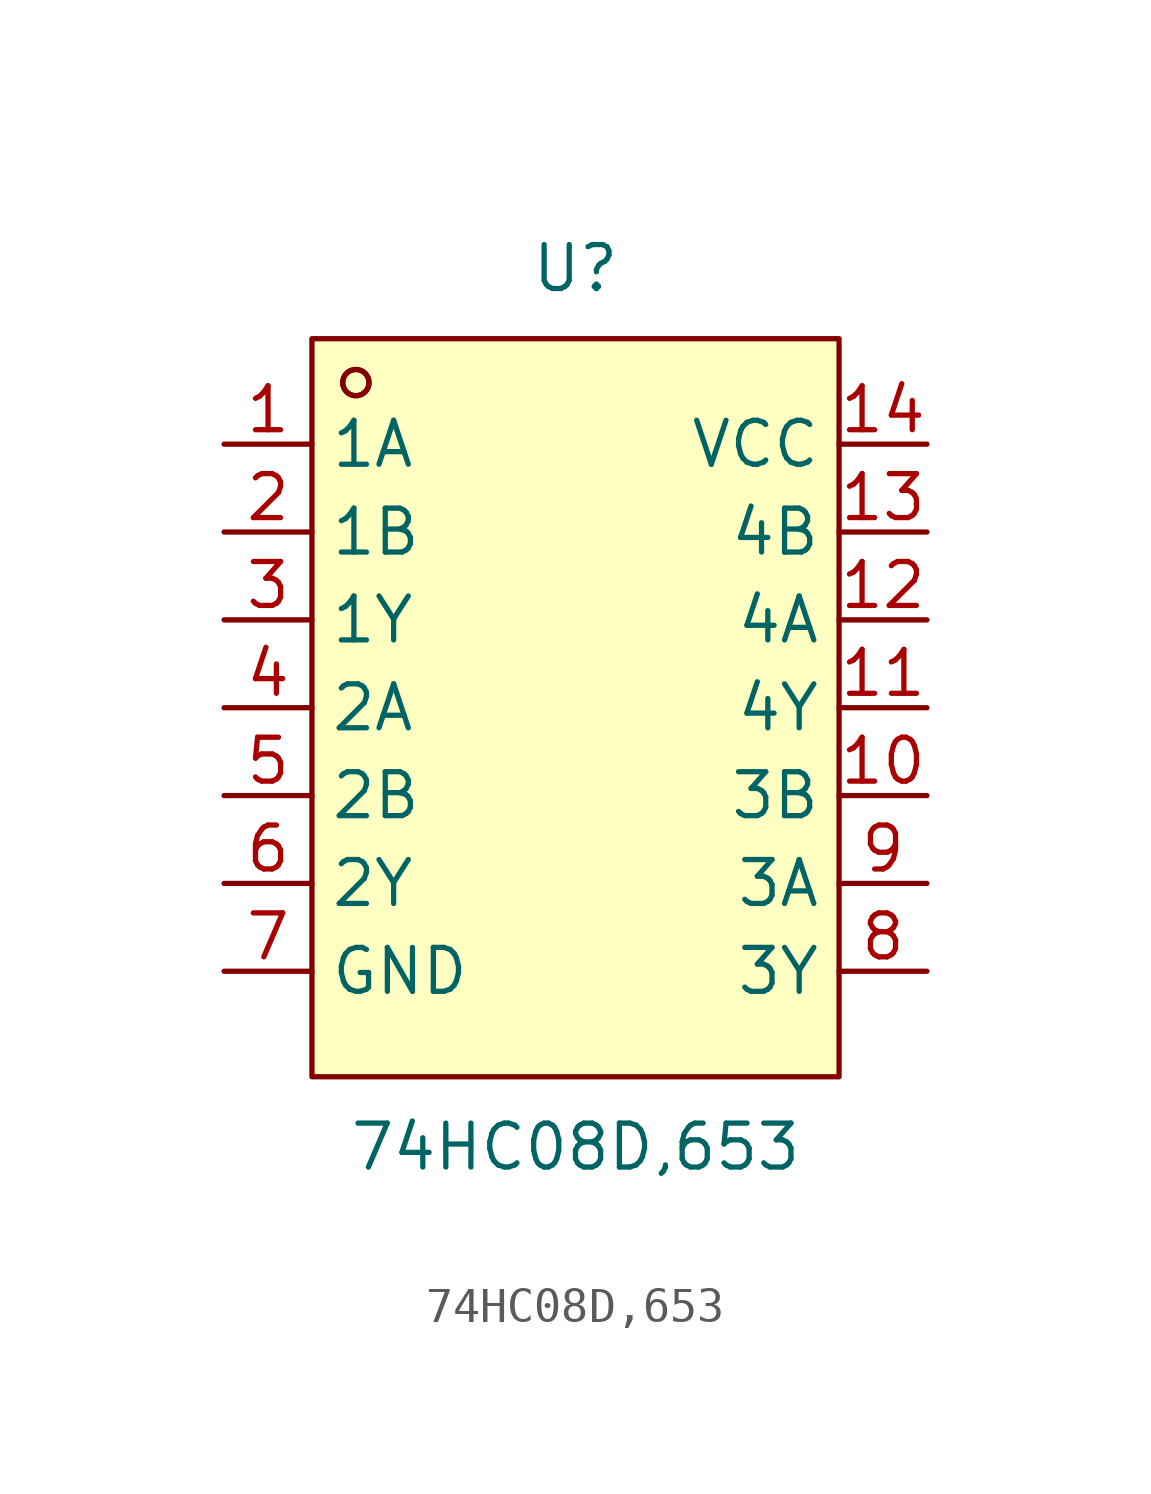
<source format=kicad_sym>
(kicad_symbol_lib
  (version 20211014)
  (generator https://github.com/uPesy/easyeda2kicad.py)
  (symbol "74HC08D,653"
    (property "Reference" "U"
      (at 0 12.70 0)
      (effects (font (size 1.27 1.27))))
    (property "Value" "74HC08D,653"
      (at 0 -12.70 0)
      (effects (font (size 1.27 1.27))))
    (symbol "74HC08D,653_0_1"
      (rectangle (start -7.62 10.67) (end 7.62 -10.67) (stroke (width 0) (type default) (color 0 0 0 0)) (fill (type background)))
      (circle (center -6.35 9.40) (radius 0.38) (stroke (width 0) (type default) (color 0 0 0 0)) (fill (type none)))
      (circle (center -6.35 9.40) (radius 0.38) (stroke (width 0) (type default) (color 0 0 0 0)) (fill (type none)))
      (pin unspecified line (at -10.16 7.62 0) (length 2.54) (name "1A" (effects (font (size 1.27 1.27)))) (number "1" (effects (font (size 1.27 1.27)))))
      (pin unspecified line (at -10.16 5.08 0) (length 2.54) (name "1B" (effects (font (size 1.27 1.27)))) (number "2" (effects (font (size 1.27 1.27)))))
      (pin unspecified line (at -10.16 2.54 0) (length 2.54) (name "1Y" (effects (font (size 1.27 1.27)))) (number "3" (effects (font (size 1.27 1.27)))))
      (pin unspecified line (at -10.16 -0.00 0) (length 2.54) (name "2A" (effects (font (size 1.27 1.27)))) (number "4" (effects (font (size 1.27 1.27)))))
      (pin unspecified line (at -10.16 -2.54 0) (length 2.54) (name "2B" (effects (font (size 1.27 1.27)))) (number "5" (effects (font (size 1.27 1.27)))))
      (pin unspecified line (at -10.16 -5.08 0) (length 2.54) (name "2Y" (effects (font (size 1.27 1.27)))) (number "6" (effects (font (size 1.27 1.27)))))
      (pin unspecified line (at -10.16 -7.62 0) (length 2.54) (name "GND" (effects (font (size 1.27 1.27)))) (number "7" (effects (font (size 1.27 1.27)))))
      (pin unspecified line (at 10.16 -7.62 180) (length 2.54) (name "3Y" (effects (font (size 1.27 1.27)))) (number "8" (effects (font (size 1.27 1.27)))))
      (pin unspecified line (at 10.16 -5.08 180) (length 2.54) (name "3A" (effects (font (size 1.27 1.27)))) (number "9" (effects (font (size 1.27 1.27)))))
      (pin unspecified line (at 10.16 -2.54 180) (length 2.54) (name "3B" (effects (font (size 1.27 1.27)))) (number "10" (effects (font (size 1.27 1.27)))))
      (pin unspecified line (at 10.16 -0.00 180) (length 2.54) (name "4Y" (effects (font (size 1.27 1.27)))) (number "11" (effects (font (size 1.27 1.27)))))
      (pin unspecified line (at 10.16 2.54 180) (length 2.54) (name "4A" (effects (font (size 1.27 1.27)))) (number "12" (effects (font (size 1.27 1.27)))))
      (pin unspecified line (at 10.16 5.08 180) (length 2.54) (name "4B" (effects (font (size 1.27 1.27)))) (number "13" (effects (font (size 1.27 1.27)))))
      (pin unspecified line (at 10.16 7.62 180) (length 2.54) (name "VCC" (effects (font (size 1.27 1.27)))) (number "14" (effects (font (size 1.27 1.27))))))))
</source>
